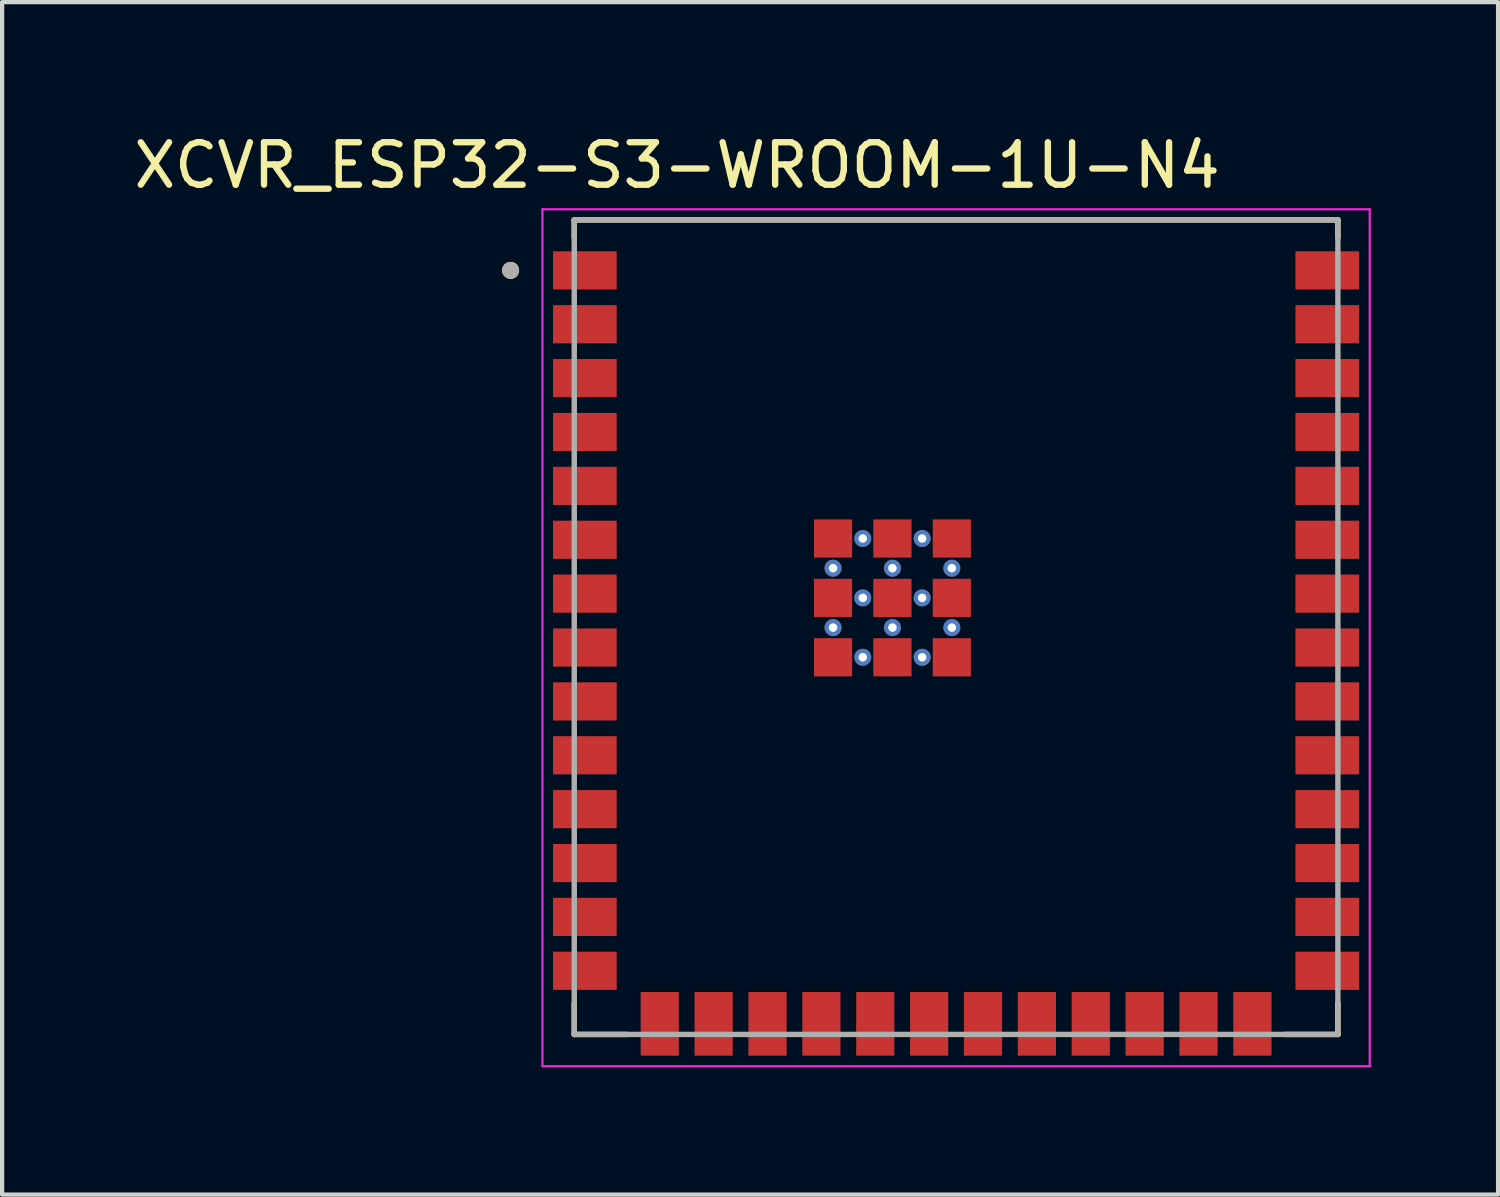
<source format=kicad_pcb>
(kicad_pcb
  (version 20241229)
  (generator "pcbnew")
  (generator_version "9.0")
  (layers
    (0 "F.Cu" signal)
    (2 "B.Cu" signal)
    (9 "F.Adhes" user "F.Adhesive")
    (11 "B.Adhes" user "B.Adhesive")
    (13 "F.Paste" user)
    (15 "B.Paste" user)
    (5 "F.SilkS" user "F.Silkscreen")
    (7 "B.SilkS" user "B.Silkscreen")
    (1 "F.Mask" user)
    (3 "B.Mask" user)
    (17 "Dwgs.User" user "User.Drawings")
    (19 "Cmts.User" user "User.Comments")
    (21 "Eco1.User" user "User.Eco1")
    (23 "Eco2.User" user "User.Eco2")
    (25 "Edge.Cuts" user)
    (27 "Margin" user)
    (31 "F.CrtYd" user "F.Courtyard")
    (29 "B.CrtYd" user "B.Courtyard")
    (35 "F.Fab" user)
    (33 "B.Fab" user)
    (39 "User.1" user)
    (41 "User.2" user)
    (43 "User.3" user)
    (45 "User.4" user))
  (footprint "XCVR_ESP32-S3-WROOM-1U-N4"
    (layer "F.Cu")
    (at 19.486 11.733)
    (property "Reference" "XCVR_ESP32-S3-WROOM-1U-N4" (at -6.575 -10.885 0) (layer "F.SilkS") (effects (font (size 1 1) (thickness 0.15))))
    (attr smd)
    (fp_line (start -9 -9.6) (end 9 -9.6) (stroke (width 0.127) (type solid)) (layer "F.SilkS"))
    (fp_line (start -9 -9.18) (end -9 -9.6) (stroke (width 0.127) (type solid)) (layer "F.SilkS"))
    (fp_line (start -9 9.6) (end -9 8.87) (stroke (width 0.127) (type solid)) (layer "F.SilkS"))
    (fp_line (start -7.755 9.6) (end -9 9.6) (stroke (width 0.127) (type solid)) (layer "F.SilkS"))
    (fp_line (start 9 -9.6) (end 9 -9.18) (stroke (width 0.127) (type solid)) (layer "F.SilkS"))
    (fp_line (start 9 9.6) (end 7.755 9.6) (stroke (width 0.127) (type solid)) (layer "F.SilkS"))
    (fp_line (start 9 9.6) (end 9 8.87) (stroke (width 0.127) (type solid)) (layer "F.SilkS"))
    (fp_circle (center -10.5 -8.41) (end -10.4 -8.41) (stroke (width 0.2) (type solid)) (fill no) (layer "F.SilkS"))
    (fp_line (start -9.75 -9.85) (end -9.75 10.35) (stroke (width 0.05) (type solid)) (layer "F.CrtYd"))
    (fp_line (start -9.75 10.35) (end 9.75 10.35) (stroke (width 0.05) (type solid)) (layer "F.CrtYd"))
    (fp_line (start 9.75 -9.85) (end -9.75 -9.85) (stroke (width 0.05) (type solid)) (layer "F.CrtYd"))
    (fp_line (start 9.75 10.35) (end 9.75 -9.85) (stroke (width 0.05) (type solid)) (layer "F.CrtYd"))
    (fp_line (start -9 -9.6) (end 9 -9.6) (stroke (width 0.127) (type solid)) (layer "F.Fab"))
    (fp_line (start -9 9.6) (end -9 -9.6) (stroke (width 0.127) (type solid)) (layer "F.Fab"))
    (fp_line (start 9 -9.6) (end 9 9.6) (stroke (width 0.127) (type solid)) (layer "F.Fab"))
    (fp_line (start 9 9.6) (end -9 9.6) (stroke (width 0.127) (type solid)) (layer "F.Fab"))
    (fp_circle (center -10.5 -8.41) (end -10.4 -8.41) (stroke (width 0.2) (type solid)) (fill no) (layer "F.Fab"))
    (pad "1" smd rect (at -8.75 -8.41) (size 1.5 0.9) (layers "F.Cu" "F.Mask" "F.Paste"))
    (pad "2" smd rect (at -8.75 -7.14) (size 1.5 0.9) (layers "F.Cu" "F.Mask" "F.Paste"))
    (pad "3" smd rect (at -8.75 -5.87) (size 1.5 0.9) (layers "F.Cu" "F.Mask" "F.Paste"))
    (pad "4" smd rect (at -8.75 -4.6) (size 1.5 0.9) (layers "F.Cu" "F.Mask" "F.Paste"))
    (pad "5" smd rect (at -8.75 -3.33) (size 1.5 0.9) (layers "F.Cu" "F.Mask" "F.Paste"))
    (pad "6" smd rect (at -8.75 -2.06) (size 1.5 0.9) (layers "F.Cu" "F.Mask" "F.Paste"))
    (pad "7" smd rect (at -8.75 -0.79) (size 1.5 0.9) (layers "F.Cu" "F.Mask" "F.Paste"))
    (pad "8" smd rect (at -8.75 0.48) (size 1.5 0.9) (layers "F.Cu" "F.Mask" "F.Paste"))
    (pad "9" smd rect (at -8.75 1.75) (size 1.5 0.9) (layers "F.Cu" "F.Mask" "F.Paste"))
    (pad "10" smd rect (at -8.75 3.02) (size 1.5 0.9) (layers "F.Cu" "F.Mask" "F.Paste"))
    (pad "11" smd rect (at -8.75 4.29) (size 1.5 0.9) (layers "F.Cu" "F.Mask" "F.Paste"))
    (pad "12" smd rect (at -8.75 5.56) (size 1.5 0.9) (layers "F.Cu" "F.Mask" "F.Paste"))
    (pad "13" smd rect (at -8.75 6.83) (size 1.5 0.9) (layers "F.Cu" "F.Mask" "F.Paste"))
    (pad "14" smd rect (at -8.75 8.1) (size 1.5 0.9) (layers "F.Cu" "F.Mask" "F.Paste"))
    (pad "15" smd rect (at -6.985 9.35) (size 0.9 1.5) (layers "F.Cu" "F.Mask" "F.Paste"))
    (pad "16" smd rect (at -5.715 9.35) (size 0.9 1.5) (layers "F.Cu" "F.Mask" "F.Paste"))
    (pad "17" smd rect (at -4.445 9.35) (size 0.9 1.5) (layers "F.Cu" "F.Mask" "F.Paste"))
    (pad "18" smd rect (at -3.175 9.35) (size 0.9 1.5) (layers "F.Cu" "F.Mask" "F.Paste"))
    (pad "19" smd rect (at -1.905 9.35) (size 0.9 1.5) (layers "F.Cu" "F.Mask" "F.Paste"))
    (pad "20" smd rect (at -0.635 9.35) (size 0.9 1.5) (layers "F.Cu" "F.Mask" "F.Paste"))
    (pad "21" smd rect (at 0.635 9.35) (size 0.9 1.5) (layers "F.Cu" "F.Mask" "F.Paste"))
    (pad "22" smd rect (at 1.905 9.35) (size 0.9 1.5) (layers "F.Cu" "F.Mask" "F.Paste"))
    (pad "23" smd rect (at 3.175 9.35) (size 0.9 1.5) (layers "F.Cu" "F.Mask" "F.Paste"))
    (pad "24" smd rect (at 4.445 9.35) (size 0.9 1.5) (layers "F.Cu" "F.Mask" "F.Paste"))
    (pad "25" smd rect (at 5.715 9.35) (size 0.9 1.5) (layers "F.Cu" "F.Mask" "F.Paste"))
    (pad "26" smd rect (at 6.985 9.35) (size 0.9 1.5) (layers "F.Cu" "F.Mask" "F.Paste"))
    (pad "27" smd rect (at 8.75 8.1) (size 1.5 0.9) (layers "F.Cu" "F.Mask" "F.Paste"))
    (pad "28" smd rect (at 8.75 6.83) (size 1.5 0.9) (layers "F.Cu" "F.Mask" "F.Paste"))
    (pad "29" smd rect (at 8.75 5.56) (size 1.5 0.9) (layers "F.Cu" "F.Mask" "F.Paste"))
    (pad "30" smd rect (at 8.75 4.29) (size 1.5 0.9) (layers "F.Cu" "F.Mask" "F.Paste"))
    (pad "31" smd rect (at 8.75 3.02) (size 1.5 0.9) (layers "F.Cu" "F.Mask" "F.Paste"))
    (pad "32" smd rect (at 8.75 1.75) (size 1.5 0.9) (layers "F.Cu" "F.Mask" "F.Paste"))
    (pad "33" smd rect (at 8.75 0.48) (size 1.5 0.9) (layers "F.Cu" "F.Mask" "F.Paste"))
    (pad "34" smd rect (at 8.75 -0.79) (size 1.5 0.9) (layers "F.Cu" "F.Mask" "F.Paste"))
    (pad "35" smd rect (at 8.75 -2.06) (size 1.5 0.9) (layers "F.Cu" "F.Mask" "F.Paste"))
    (pad "36" smd rect (at 8.75 -3.33) (size 1.5 0.9) (layers "F.Cu" "F.Mask" "F.Paste"))
    (pad "37" smd rect (at 8.75 -4.6) (size 1.5 0.9) (layers "F.Cu" "F.Mask" "F.Paste"))
    (pad "38" smd rect (at 8.75 -5.87) (size 1.5 0.9) (layers "F.Cu" "F.Mask" "F.Paste"))
    (pad "39" smd rect (at 8.75 -7.14) (size 1.5 0.9) (layers "F.Cu" "F.Mask" "F.Paste"))
    (pad "40" smd rect (at 8.75 -8.41) (size 1.5 0.9) (layers "F.Cu" "F.Mask" "F.Paste"))
    (pad "41_1" smd rect (at -2.9 -2.09) (size 0.9 0.9) (layers "F.Cu" "F.Mask" "F.Paste"))
    (pad "41_2" smd rect (at -1.5 -2.09) (size 0.9 0.9) (layers "F.Cu" "F.Mask" "F.Paste"))
    (pad "41_3" smd rect (at -0.1 -2.09) (size 0.9 0.9) (layers "F.Cu" "F.Mask" "F.Paste"))
    (pad "41_4" smd rect (at -2.9 -0.69) (size 0.9 0.9) (layers "F.Cu" "F.Mask" "F.Paste"))
    (pad "41_5" smd rect (at -1.5 -0.69) (size 0.9 0.9) (layers "F.Cu" "F.Mask" "F.Paste"))
    (pad "41_6" smd rect (at -0.1 -0.69) (size 0.9 0.9) (layers "F.Cu" "F.Mask" "F.Paste"))
    (pad "41_7" smd rect (at -2.9 0.71) (size 0.9 0.9) (layers "F.Cu" "F.Mask" "F.Paste"))
    (pad "41_8" smd rect (at -1.5 0.71) (size 0.9 0.9) (layers "F.Cu" "F.Mask" "F.Paste"))
    (pad "41_9" smd rect (at -0.1 0.71) (size 0.9 0.9) (layers "F.Cu" "F.Mask" "F.Paste"))
    (pad "41_10" thru_hole circle (at -2.2 -2.09) (size 0.4 0.4) (drill 0.2) (layers "*.Cu"))
    (pad "41_11" thru_hole circle (at -0.8 -2.09) (size 0.4 0.4) (drill 0.2) (layers "*.Cu"))
    (pad "41_12" thru_hole circle (at -2.9 -1.39) (size 0.4 0.4) (drill 0.2) (layers "*.Cu"))
    (pad "41_13" thru_hole circle (at -1.5 -1.39) (size 0.4 0.4) (drill 0.2) (layers "*.Cu"))
    (pad "41_14" thru_hole circle (at -0.1 -1.39) (size 0.4 0.4) (drill 0.2) (layers "*.Cu"))
    (pad "41_15" thru_hole circle (at -2.2 -0.69) (size 0.4 0.4) (drill 0.2) (layers "*.Cu"))
    (pad "41_16" thru_hole circle (at -0.8 -0.69) (size 0.4 0.4) (drill 0.2) (layers "*.Cu"))
    (pad "41_17" thru_hole circle (at -2.9 0.01) (size 0.4 0.4) (drill 0.2) (layers "*.Cu"))
    (pad "41_18" thru_hole circle (at -1.5 0.01) (size 0.4 0.4) (drill 0.2) (layers "*.Cu"))
    (pad "41_19" thru_hole circle (at -0.1 0.01) (size 0.4 0.4) (drill 0.2) (layers "*.Cu"))
    (pad "41_20" thru_hole circle (at -2.2 0.71) (size 0.4 0.4) (drill 0.2) (layers "*.Cu"))
    (pad "41_21" thru_hole circle (at -0.8 0.71) (size 0.4 0.4) (drill 0.2) (layers "*.Cu")))
  (gr_rect
    (start -3 -3)
    (end 32.261 25.108)
    (stroke (width 0.1) (type default))
    (fill no)
    (layer "Edge.Cuts")))
</source>
